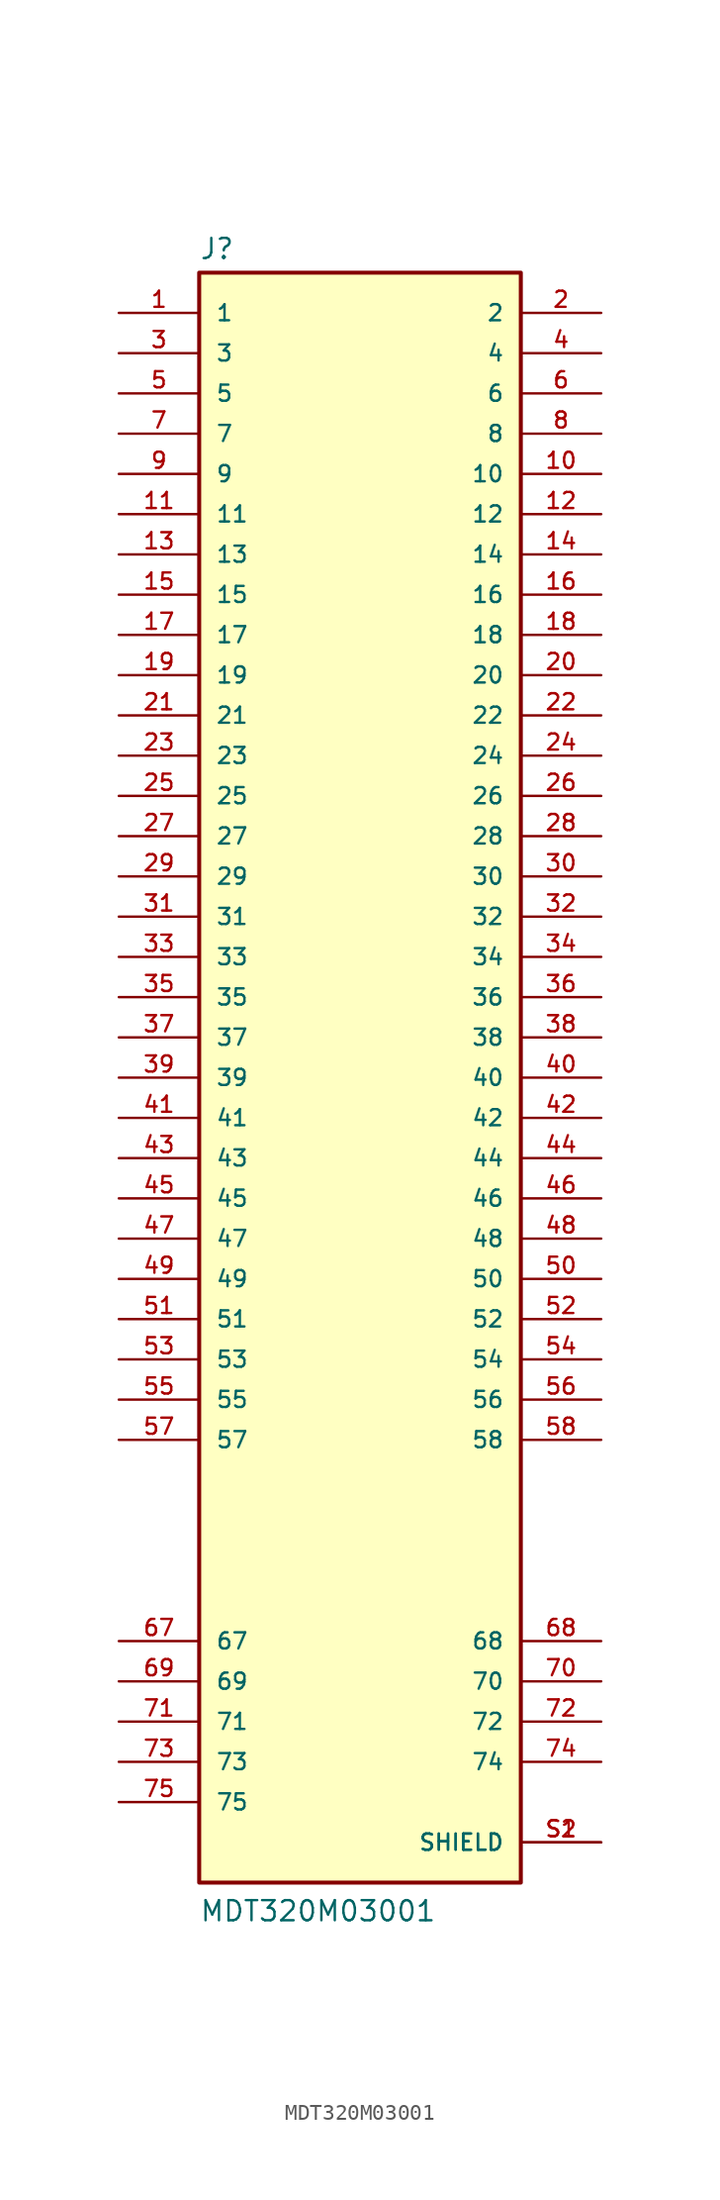
<source format=kicad_sym>
(kicad_symbol_lib
  (version 20211014)
  (generator kicad_symbol_editor)
  (symbol "MDT320M03001"
    (pin_names
      (offset 1.016))
    (property "Reference" "J"
      (at -10.16 51.562 0)
      (effects (font (size 1.27 1.27)) (justify bottom left)))
    (property "Value" "MDT320M03001"
      (at -10.16 -53.34 0)
      (effects (font (size 1.27 1.27)) (justify bottom left)))
    (symbol "MDT320M03001_0_0"
      (rectangle (start -10.16 -50.8) (end 10.16 50.8) (stroke (width 0.254)) (fill (type background)))
      (pin passive line (at -15.24 48.26 0) (length 5.08) (name "1" (effects (font (size 1.016 1.016)))) (number "1" (effects (font (size 1.016 1.016)))))
      (pin passive line (at 15.24 48.26 180.0) (length 5.08) (name "2" (effects (font (size 1.016 1.016)))) (number "2" (effects (font (size 1.016 1.016)))))
      (pin passive line (at -15.24 45.72 0) (length 5.08) (name "3" (effects (font (size 1.016 1.016)))) (number "3" (effects (font (size 1.016 1.016)))))
      (pin passive line (at 15.24 45.72 180.0) (length 5.08) (name "4" (effects (font (size 1.016 1.016)))) (number "4" (effects (font (size 1.016 1.016)))))
      (pin passive line (at -15.24 43.18 0) (length 5.08) (name "5" (effects (font (size 1.016 1.016)))) (number "5" (effects (font (size 1.016 1.016)))))
      (pin passive line (at 15.24 43.18 180.0) (length 5.08) (name "6" (effects (font (size 1.016 1.016)))) (number "6" (effects (font (size 1.016 1.016)))))
      (pin passive line (at -15.24 40.64 0) (length 5.08) (name "7" (effects (font (size 1.016 1.016)))) (number "7" (effects (font (size 1.016 1.016)))))
      (pin passive line (at 15.24 40.64 180.0) (length 5.08) (name "8" (effects (font (size 1.016 1.016)))) (number "8" (effects (font (size 1.016 1.016)))))
      (pin passive line (at -15.24 38.1 0) (length 5.08) (name "9" (effects (font (size 1.016 1.016)))) (number "9" (effects (font (size 1.016 1.016)))))
      (pin passive line (at 15.24 38.1 180.0) (length 5.08) (name "10" (effects (font (size 1.016 1.016)))) (number "10" (effects (font (size 1.016 1.016)))))
      (pin passive line (at -15.24 35.56 0) (length 5.08) (name "11" (effects (font (size 1.016 1.016)))) (number "11" (effects (font (size 1.016 1.016)))))
      (pin passive line (at -15.24 -35.56 0) (length 5.08) (name "67" (effects (font (size 1.016 1.016)))) (number "67" (effects (font (size 1.016 1.016)))))
      (pin passive line (at 15.24 -35.56 180.0) (length 5.08) (name "68" (effects (font (size 1.016 1.016)))) (number "68" (effects (font (size 1.016 1.016)))))
      (pin passive line (at -15.24 -38.1 0) (length 5.08) (name "69" (effects (font (size 1.016 1.016)))) (number "69" (effects (font (size 1.016 1.016)))))
      (pin passive line (at 15.24 -38.1 180.0) (length 5.08) (name "70" (effects (font (size 1.016 1.016)))) (number "70" (effects (font (size 1.016 1.016)))))
      (pin passive line (at -15.24 -40.64 0) (length 5.08) (name "71" (effects (font (size 1.016 1.016)))) (number "71" (effects (font (size 1.016 1.016)))))
      (pin passive line (at 15.24 -40.64 180.0) (length 5.08) (name "72" (effects (font (size 1.016 1.016)))) (number "72" (effects (font (size 1.016 1.016)))))
      (pin passive line (at -15.24 -43.18 0) (length 5.08) (name "73" (effects (font (size 1.016 1.016)))) (number "73" (effects (font (size 1.016 1.016)))))
      (pin passive line (at 15.24 -43.18 180.0) (length 5.08) (name "74" (effects (font (size 1.016 1.016)))) (number "74" (effects (font (size 1.016 1.016)))))
      (pin passive line (at -15.24 -45.72 0) (length 5.08) (name "75" (effects (font (size 1.016 1.016)))) (number "75" (effects (font (size 1.016 1.016)))))
      (pin passive line (at 15.24 -48.26 180.0) (length 5.08) (name "SHIELD" (effects (font (size 1.016 1.016)))) (number "S1" (effects (font (size 1.016 1.016)))))
      (pin passive line (at 15.24 -48.26 180.0) (length 5.08) (name "SHIELD" (effects (font (size 1.016 1.016)))) (number "S2" (effects (font (size 1.016 1.016)))))
      (pin passive line (at 15.24 35.56 180.0) (length 5.08) (name "12" (effects (font (size 1.016 1.016)))) (number "12" (effects (font (size 1.016 1.016)))))
      (pin passive line (at -15.24 33.02 0) (length 5.08) (name "13" (effects (font (size 1.016 1.016)))) (number "13" (effects (font (size 1.016 1.016)))))
      (pin passive line (at 15.24 33.02 180.0) (length 5.08) (name "14" (effects (font (size 1.016 1.016)))) (number "14" (effects (font (size 1.016 1.016)))))
      (pin passive line (at -15.24 30.48 0) (length 5.08) (name "15" (effects (font (size 1.016 1.016)))) (number "15" (effects (font (size 1.016 1.016)))))
      (pin passive line (at 15.24 30.48 180.0) (length 5.08) (name "16" (effects (font (size 1.016 1.016)))) (number "16" (effects (font (size 1.016 1.016)))))
      (pin passive line (at -15.24 27.94 0) (length 5.08) (name "17" (effects (font (size 1.016 1.016)))) (number "17" (effects (font (size 1.016 1.016)))))
      (pin passive line (at 15.24 27.94 180.0) (length 5.08) (name "18" (effects (font (size 1.016 1.016)))) (number "18" (effects (font (size 1.016 1.016)))))
      (pin passive line (at -15.24 25.4 0) (length 5.08) (name "19" (effects (font (size 1.016 1.016)))) (number "19" (effects (font (size 1.016 1.016)))))
      (pin passive line (at 15.24 25.4 180.0) (length 5.08) (name "20" (effects (font (size 1.016 1.016)))) (number "20" (effects (font (size 1.016 1.016)))))
      (pin passive line (at -15.24 22.86 0) (length 5.08) (name "21" (effects (font (size 1.016 1.016)))) (number "21" (effects (font (size 1.016 1.016)))))
      (pin passive line (at 15.24 22.86 180.0) (length 5.08) (name "22" (effects (font (size 1.016 1.016)))) (number "22" (effects (font (size 1.016 1.016)))))
      (pin passive line (at -15.24 20.32 0) (length 5.08) (name "23" (effects (font (size 1.016 1.016)))) (number "23" (effects (font (size 1.016 1.016)))))
      (pin passive line (at 15.24 20.32 180.0) (length 5.08) (name "24" (effects (font (size 1.016 1.016)))) (number "24" (effects (font (size 1.016 1.016)))))
      (pin passive line (at -15.24 17.78 0) (length 5.08) (name "25" (effects (font (size 1.016 1.016)))) (number "25" (effects (font (size 1.016 1.016)))))
      (pin passive line (at 15.24 17.78 180.0) (length 5.08) (name "26" (effects (font (size 1.016 1.016)))) (number "26" (effects (font (size 1.016 1.016)))))
      (pin passive line (at -15.24 15.24 0) (length 5.08) (name "27" (effects (font (size 1.016 1.016)))) (number "27" (effects (font (size 1.016 1.016)))))
      (pin passive line (at 15.24 15.24 180.0) (length 5.08) (name "28" (effects (font (size 1.016 1.016)))) (number "28" (effects (font (size 1.016 1.016)))))
      (pin passive line (at -15.24 12.7 0) (length 5.08) (name "29" (effects (font (size 1.016 1.016)))) (number "29" (effects (font (size 1.016 1.016)))))
      (pin passive line (at 15.24 12.7 180.0) (length 5.08) (name "30" (effects (font (size 1.016 1.016)))) (number "30" (effects (font (size 1.016 1.016)))))
      (pin passive line (at -15.24 10.16 0) (length 5.08) (name "31" (effects (font (size 1.016 1.016)))) (number "31" (effects (font (size 1.016 1.016)))))
      (pin passive line (at 15.24 10.16 180.0) (length 5.08) (name "32" (effects (font (size 1.016 1.016)))) (number "32" (effects (font (size 1.016 1.016)))))
      (pin passive line (at -15.24 7.62 0) (length 5.08) (name "33" (effects (font (size 1.016 1.016)))) (number "33" (effects (font (size 1.016 1.016)))))
      (pin passive line (at 15.24 7.62 180.0) (length 5.08) (name "34" (effects (font (size 1.016 1.016)))) (number "34" (effects (font (size 1.016 1.016)))))
      (pin passive line (at -15.24 5.08 0) (length 5.08) (name "35" (effects (font (size 1.016 1.016)))) (number "35" (effects (font (size 1.016 1.016)))))
      (pin passive line (at 15.24 5.08 180.0) (length 5.08) (name "36" (effects (font (size 1.016 1.016)))) (number "36" (effects (font (size 1.016 1.016)))))
      (pin passive line (at -15.24 2.54 0) (length 5.08) (name "37" (effects (font (size 1.016 1.016)))) (number "37" (effects (font (size 1.016 1.016)))))
      (pin passive line (at 15.24 2.54 180.0) (length 5.08) (name "38" (effects (font (size 1.016 1.016)))) (number "38" (effects (font (size 1.016 1.016)))))
      (pin passive line (at -15.24 0.0 0) (length 5.08) (name "39" (effects (font (size 1.016 1.016)))) (number "39" (effects (font (size 1.016 1.016)))))
      (pin passive line (at 15.24 0.0 180.0) (length 5.08) (name "40" (effects (font (size 1.016 1.016)))) (number "40" (effects (font (size 1.016 1.016)))))
      (pin passive line (at -15.24 -2.54 0) (length 5.08) (name "41" (effects (font (size 1.016 1.016)))) (number "41" (effects (font (size 1.016 1.016)))))
      (pin passive line (at 15.24 -2.54 180.0) (length 5.08) (name "42" (effects (font (size 1.016 1.016)))) (number "42" (effects (font (size 1.016 1.016)))))
      (pin passive line (at -15.24 -5.08 0) (length 5.08) (name "43" (effects (font (size 1.016 1.016)))) (number "43" (effects (font (size 1.016 1.016)))))
      (pin passive line (at 15.24 -5.08 180.0) (length 5.08) (name "44" (effects (font (size 1.016 1.016)))) (number "44" (effects (font (size 1.016 1.016)))))
      (pin passive line (at -15.24 -7.62 0) (length 5.08) (name "45" (effects (font (size 1.016 1.016)))) (number "45" (effects (font (size 1.016 1.016)))))
      (pin passive line (at 15.24 -7.62 180.0) (length 5.08) (name "46" (effects (font (size 1.016 1.016)))) (number "46" (effects (font (size 1.016 1.016)))))
      (pin passive line (at -15.24 -10.16 0) (length 5.08) (name "47" (effects (font (size 1.016 1.016)))) (number "47" (effects (font (size 1.016 1.016)))))
      (pin passive line (at 15.24 -10.16 180.0) (length 5.08) (name "48" (effects (font (size 1.016 1.016)))) (number "48" (effects (font (size 1.016 1.016)))))
      (pin passive line (at -15.24 -12.7 0) (length 5.08) (name "49" (effects (font (size 1.016 1.016)))) (number "49" (effects (font (size 1.016 1.016)))))
      (pin passive line (at 15.24 -12.7 180.0) (length 5.08) (name "50" (effects (font (size 1.016 1.016)))) (number "50" (effects (font (size 1.016 1.016)))))
      (pin passive line (at -15.24 -15.24 0) (length 5.08) (name "51" (effects (font (size 1.016 1.016)))) (number "51" (effects (font (size 1.016 1.016)))))
      (pin passive line (at 15.24 -15.24 180.0) (length 5.08) (name "52" (effects (font (size 1.016 1.016)))) (number "52" (effects (font (size 1.016 1.016)))))
      (pin passive line (at -15.24 -17.78 0) (length 5.08) (name "53" (effects (font (size 1.016 1.016)))) (number "53" (effects (font (size 1.016 1.016)))))
      (pin passive line (at 15.24 -17.78 180.0) (length 5.08) (name "54" (effects (font (size 1.016 1.016)))) (number "54" (effects (font (size 1.016 1.016)))))
      (pin passive line (at -15.24 -20.32 0) (length 5.08) (name "55" (effects (font (size 1.016 1.016)))) (number "55" (effects (font (size 1.016 1.016)))))
      (pin passive line (at 15.24 -20.32 180.0) (length 5.08) (name "56" (effects (font (size 1.016 1.016)))) (number "56" (effects (font (size 1.016 1.016)))))
      (pin passive line (at -15.24 -22.86 0) (length 5.08) (name "57" (effects (font (size 1.016 1.016)))) (number "57" (effects (font (size 1.016 1.016)))))
      (pin passive line (at 15.24 -22.86 180.0) (length 5.08) (name "58" (effects (font (size 1.016 1.016)))) (number "58" (effects (font (size 1.016 1.016))))))))
</source>
